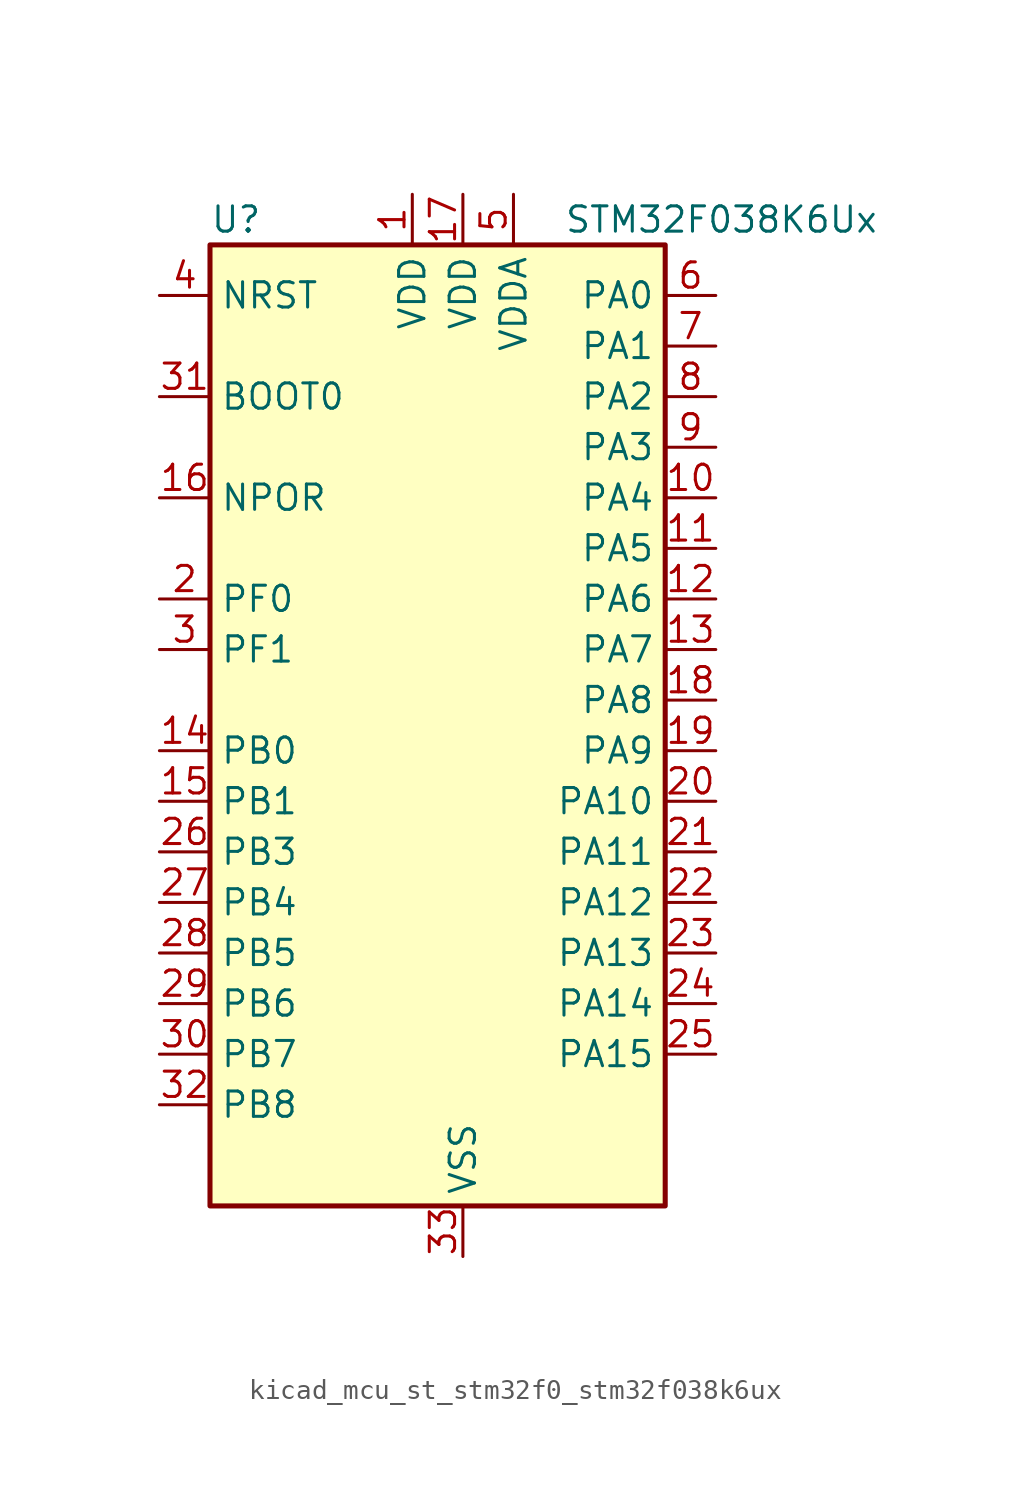
<source format=kicad_sym>
(kicad_symbol_lib
  (version 20220914)
  (generator kicad_symbol_editor)
  (symbol "kicad_mcu_st_stm32f0_stm32f038k6ux"
    (property "Reference" "U"
      (at -10.16 26.67 0)
      (effects (font (size 1.27 1.27)) (justify left)))
    (property "Value" "STM32F038K6Ux"
      (at 7.62 26.67 0)
      (effects (font (size 1.27 1.27)) (justify left)))
    (property "ki_locked" ""
      (at 0 0 0)
      (effects (font (size 1.27 1.27))))
    (symbol "kicad_mcu_st_stm32f0_stm32f038k6ux_0_1"
      (rectangle (start -10.16 -22.86) (end 12.7 25.4) (stroke (width 0.254) (type default)) (fill (type background))))
    (symbol "kicad_mcu_st_stm32f0_stm32f038k6ux_1_1"
      (pin power_in line (at 0 27.94 270) (length 2.54) (name "VDD" (effects (font (size 1.27 1.27)))) (number "1" (effects (font (size 1.27 1.27)))))
      (pin bidirectional line (at 15.24 12.7 180) (length 2.54) (name "PA4" (effects (font (size 1.27 1.27)))) (number "10" (effects (font (size 1.27 1.27)))) (alternate "ADC_IN4" bidirectional line) (alternate "I2S1_WS" bidirectional line) (alternate "SPI1_NSS" bidirectional line) (alternate "TIM14_CH1" bidirectional line) (alternate "USART1_CK" bidirectional line))
      (pin bidirectional line (at 15.24 10.16 180) (length 2.54) (name "PA5" (effects (font (size 1.27 1.27)))) (number "11" (effects (font (size 1.27 1.27)))) (alternate "ADC_IN5" bidirectional line) (alternate "I2S1_CK" bidirectional line) (alternate "SPI1_SCK" bidirectional line) (alternate "TIM2_CH1" bidirectional line) (alternate "TIM2_ETR" bidirectional line))
      (pin bidirectional line (at 15.24 7.62 180) (length 2.54) (name "PA6" (effects (font (size 1.27 1.27)))) (number "12" (effects (font (size 1.27 1.27)))) (alternate "ADC_IN6" bidirectional line) (alternate "I2S1_MCK" bidirectional line) (alternate "SPI1_MISO" bidirectional line) (alternate "TIM16_CH1" bidirectional line) (alternate "TIM1_BKIN" bidirectional line) (alternate "TIM3_CH1" bidirectional line))
      (pin bidirectional line (at 15.24 5.08 180) (length 2.54) (name "PA7" (effects (font (size 1.27 1.27)))) (number "13" (effects (font (size 1.27 1.27)))) (alternate "ADC_IN7" bidirectional line) (alternate "I2S1_SD" bidirectional line) (alternate "SPI1_MOSI" bidirectional line) (alternate "TIM14_CH1" bidirectional line) (alternate "TIM17_CH1" bidirectional line) (alternate "TIM1_CH1N" bidirectional line) (alternate "TIM3_CH2" bidirectional line))
      (pin bidirectional line (at -12.7 0 0) (length 2.54) (name "PB0" (effects (font (size 1.27 1.27)))) (number "14" (effects (font (size 1.27 1.27)))) (alternate "ADC_IN8" bidirectional line) (alternate "TIM1_CH2N" bidirectional line) (alternate "TIM3_CH3" bidirectional line))
      (pin bidirectional line (at -12.7 -2.54 0) (length 2.54) (name "PB1" (effects (font (size 1.27 1.27)))) (number "15" (effects (font (size 1.27 1.27)))) (alternate "ADC_IN9" bidirectional line) (alternate "TIM14_CH1" bidirectional line) (alternate "TIM1_CH3N" bidirectional line) (alternate "TIM3_CH4" bidirectional line))
      (pin input line (at -12.7 12.7 0) (length 2.54) (name "NPOR" (effects (font (size 1.27 1.27)))) (number "16" (effects (font (size 1.27 1.27)))))
      (pin power_in line (at 2.54 27.94 270) (length 2.54) (name "VDD" (effects (font (size 1.27 1.27)))) (number "17" (effects (font (size 1.27 1.27)))))
      (pin bidirectional line (at 15.24 2.54 180) (length 2.54) (name "PA8" (effects (font (size 1.27 1.27)))) (number "18" (effects (font (size 1.27 1.27)))) (alternate "RCC_MCO" bidirectional line) (alternate "TIM1_CH1" bidirectional line) (alternate "USART1_CK" bidirectional line))
      (pin bidirectional line (at 15.24 0 180) (length 2.54) (name "PA9" (effects (font (size 1.27 1.27)))) (number "19" (effects (font (size 1.27 1.27)))) (alternate "I2C1_SCL" bidirectional line) (alternate "TIM1_CH2" bidirectional line) (alternate "USART1_TX" bidirectional line))
      (pin bidirectional line (at -12.7 7.62 0) (length 2.54) (name "PF0" (effects (font (size 1.27 1.27)))) (number "2" (effects (font (size 1.27 1.27)))) (alternate "RCC_OSC_IN" bidirectional line))
      (pin bidirectional line (at 15.24 -2.54 180) (length 2.54) (name "PA10" (effects (font (size 1.27 1.27)))) (number "20" (effects (font (size 1.27 1.27)))) (alternate "I2C1_SDA" bidirectional line) (alternate "TIM17_BKIN" bidirectional line) (alternate "TIM1_CH3" bidirectional line) (alternate "USART1_RX" bidirectional line))
      (pin bidirectional line (at 15.24 -5.08 180) (length 2.54) (name "PA11" (effects (font (size 1.27 1.27)))) (number "21" (effects (font (size 1.27 1.27)))) (alternate "TIM1_CH4" bidirectional line) (alternate "USART1_CTS" bidirectional line))
      (pin bidirectional line (at 15.24 -7.62 180) (length 2.54) (name "PA12" (effects (font (size 1.27 1.27)))) (number "22" (effects (font (size 1.27 1.27)))) (alternate "TIM1_ETR" bidirectional line) (alternate "USART1_DE" bidirectional line) (alternate "USART1_RTS" bidirectional line))
      (pin bidirectional line (at 15.24 -10.16 180) (length 2.54) (name "PA13" (effects (font (size 1.27 1.27)))) (number "23" (effects (font (size 1.27 1.27)))) (alternate "IR_OUT" bidirectional line) (alternate "SYS_SWDIO" bidirectional line))
      (pin bidirectional line (at 15.24 -12.7 180) (length 2.54) (name "PA14" (effects (font (size 1.27 1.27)))) (number "24" (effects (font (size 1.27 1.27)))) (alternate "SYS_SWCLK" bidirectional line) (alternate "USART1_TX" bidirectional line))
      (pin bidirectional line (at 15.24 -15.24 180) (length 2.54) (name "PA15" (effects (font (size 1.27 1.27)))) (number "25" (effects (font (size 1.27 1.27)))) (alternate "I2S1_WS" bidirectional line) (alternate "SPI1_NSS" bidirectional line) (alternate "TIM2_CH1" bidirectional line) (alternate "TIM2_ETR" bidirectional line) (alternate "USART1_RX" bidirectional line))
      (pin bidirectional line (at -12.7 -5.08 0) (length 2.54) (name "PB3" (effects (font (size 1.27 1.27)))) (number "26" (effects (font (size 1.27 1.27)))) (alternate "I2S1_CK" bidirectional line) (alternate "SPI1_SCK" bidirectional line) (alternate "TIM2_CH2" bidirectional line))
      (pin bidirectional line (at -12.7 -7.62 0) (length 2.54) (name "PB4" (effects (font (size 1.27 1.27)))) (number "27" (effects (font (size 1.27 1.27)))) (alternate "I2S1_MCK" bidirectional line) (alternate "SPI1_MISO" bidirectional line) (alternate "TIM3_CH1" bidirectional line))
      (pin bidirectional line (at -12.7 -10.16 0) (length 2.54) (name "PB5" (effects (font (size 1.27 1.27)))) (number "28" (effects (font (size 1.27 1.27)))) (alternate "I2C1_SMBA" bidirectional line) (alternate "I2S1_SD" bidirectional line) (alternate "SPI1_MOSI" bidirectional line) (alternate "TIM16_BKIN" bidirectional line) (alternate "TIM3_CH2" bidirectional line))
      (pin bidirectional line (at -12.7 -12.7 0) (length 2.54) (name "PB6" (effects (font (size 1.27 1.27)))) (number "29" (effects (font (size 1.27 1.27)))) (alternate "I2C1_SCL" bidirectional line) (alternate "TIM16_CH1N" bidirectional line) (alternate "USART1_TX" bidirectional line))
      (pin bidirectional line (at -12.7 5.08 0) (length 2.54) (name "PF1" (effects (font (size 1.27 1.27)))) (number "3" (effects (font (size 1.27 1.27)))) (alternate "RCC_OSC_OUT" bidirectional line))
      (pin bidirectional line (at -12.7 -15.24 0) (length 2.54) (name "PB7" (effects (font (size 1.27 1.27)))) (number "30" (effects (font (size 1.27 1.27)))) (alternate "I2C1_SDA" bidirectional line) (alternate "TIM17_CH1N" bidirectional line) (alternate "USART1_RX" bidirectional line))
      (pin input line (at -12.7 17.78 0) (length 2.54) (name "BOOT0" (effects (font (size 1.27 1.27)))) (number "31" (effects (font (size 1.27 1.27)))))
      (pin bidirectional line (at -12.7 -17.78 0) (length 2.54) (name "PB8" (effects (font (size 1.27 1.27)))) (number "32" (effects (font (size 1.27 1.27)))) (alternate "I2C1_SCL" bidirectional line) (alternate "TIM16_CH1" bidirectional line))
      (pin power_in line (at 2.54 -25.4 90) (length 2.54) (name "VSS" (effects (font (size 1.27 1.27)))) (number "33" (effects (font (size 1.27 1.27)))))
      (pin input line (at -12.7 22.86 0) (length 2.54) (name "NRST" (effects (font (size 1.27 1.27)))) (number "4" (effects (font (size 1.27 1.27)))))
      (pin power_in line (at 5.08 27.94 270) (length 2.54) (name "VDDA" (effects (font (size 1.27 1.27)))) (number "5" (effects (font (size 1.27 1.27)))))
      (pin bidirectional line (at 15.24 22.86 180) (length 2.54) (name "PA0" (effects (font (size 1.27 1.27)))) (number "6" (effects (font (size 1.27 1.27)))) (alternate "ADC_IN0" bidirectional line) (alternate "RTC_TAMP2" bidirectional line) (alternate "SYS_WKUP1" bidirectional line) (alternate "TIM2_CH1" bidirectional line) (alternate "TIM2_ETR" bidirectional line) (alternate "USART1_CTS" bidirectional line))
      (pin bidirectional line (at 15.24 20.32 180) (length 2.54) (name "PA1" (effects (font (size 1.27 1.27)))) (number "7" (effects (font (size 1.27 1.27)))) (alternate "ADC_IN1" bidirectional line) (alternate "TIM2_CH2" bidirectional line) (alternate "USART1_DE" bidirectional line) (alternate "USART1_RTS" bidirectional line))
      (pin bidirectional line (at 15.24 17.78 180) (length 2.54) (name "PA2" (effects (font (size 1.27 1.27)))) (number "8" (effects (font (size 1.27 1.27)))) (alternate "ADC_IN2" bidirectional line) (alternate "TIM2_CH3" bidirectional line) (alternate "USART1_TX" bidirectional line))
      (pin bidirectional line (at 15.24 15.24 180) (length 2.54) (name "PA3" (effects (font (size 1.27 1.27)))) (number "9" (effects (font (size 1.27 1.27)))) (alternate "ADC_IN3" bidirectional line) (alternate "TIM2_CH4" bidirectional line) (alternate "USART1_RX" bidirectional line)))))
</source>
